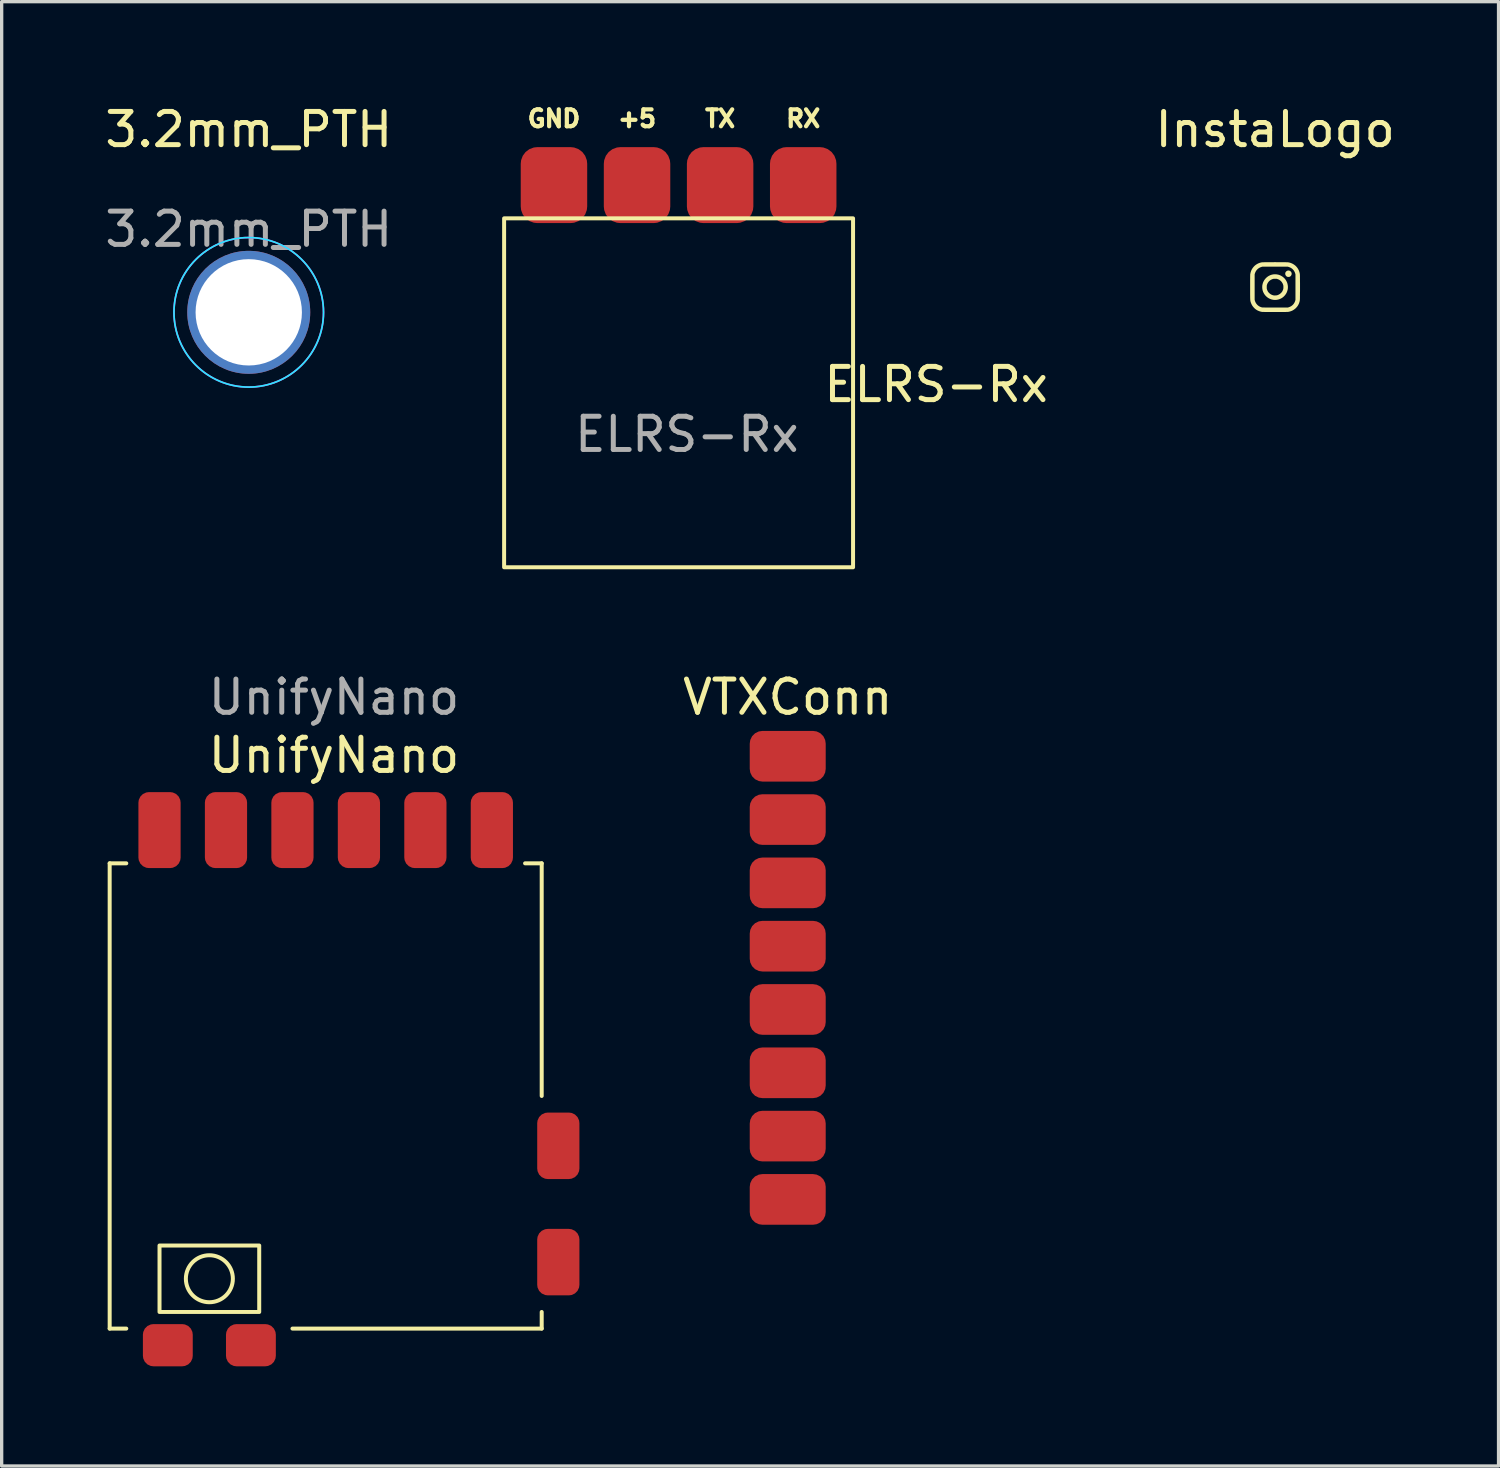
<source format=kicad_pcb>
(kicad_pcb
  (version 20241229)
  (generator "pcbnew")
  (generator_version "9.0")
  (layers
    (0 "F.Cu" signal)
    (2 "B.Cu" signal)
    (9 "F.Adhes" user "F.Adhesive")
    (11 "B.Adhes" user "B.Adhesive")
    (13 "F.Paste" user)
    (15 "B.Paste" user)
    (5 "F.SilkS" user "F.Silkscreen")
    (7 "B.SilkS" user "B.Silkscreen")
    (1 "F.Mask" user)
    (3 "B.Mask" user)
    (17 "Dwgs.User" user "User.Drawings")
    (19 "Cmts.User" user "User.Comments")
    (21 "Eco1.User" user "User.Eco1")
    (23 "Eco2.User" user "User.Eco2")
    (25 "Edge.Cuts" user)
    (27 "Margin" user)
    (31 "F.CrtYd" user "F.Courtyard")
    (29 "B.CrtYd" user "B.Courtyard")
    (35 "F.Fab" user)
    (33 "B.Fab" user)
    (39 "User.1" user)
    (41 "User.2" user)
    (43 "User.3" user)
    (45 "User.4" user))
  (footprint "3.2mm_PTH"
    (layer "F.Cu")
    (at 4.435 6.348)
    (property "Reference" "3.2mm_PTH" (at 0 -5.5 0) (unlocked yes) (layer "F.SilkS") (effects (font (size 1 1) (thickness 0.15))))
    (fp_circle (center 0 0) (end 2.25 0) (stroke (width 0.05) (type solid)) (fill no) (layer "B.CrtYd"))
    (fp_circle (center 0 0) (end 2.25 0) (stroke (width 0.05) (type solid)) (fill no) (layer "F.CrtYd"))
    (fp_text user "${REFERENCE}" (at 0 -2.5 0) (unlocked yes) (layer "F.Fab") (effects (font (size 1 1) (thickness 0.15))))
    (pad "1" thru_hole circle (at 0 0) (size 3.7 3.7) (drill 3.2) (layers "*.Cu" "*.Mask")))
  (footprint "VTXConn"
    (layer "F.Cu")
    (at 20.653 19.706)
    (property "Reference" "VTXConn" (at 0 -1.778 0) (unlocked yes) (layer "F.SilkS") (effects (font (size 1 1) (thickness 0.15))))
    (attr smd)
    (pad "1" smd roundrect (at 0 0) (size 2.286 1.524) (layers "F.Cu" "F.Mask") (roundrect_rratio 0.25))
    (pad "2" smd roundrect (at 0 1.905) (size 2.286 1.524) (layers "F.Cu" "F.Mask") (roundrect_rratio 0.25))
    (pad "3" smd roundrect (at 0 3.81) (size 2.286 1.524) (layers "F.Cu" "F.Mask") (roundrect_rratio 0.25))
    (pad "4" smd roundrect (at 0 5.715) (size 2.286 1.524) (layers "F.Cu" "F.Mask") (roundrect_rratio 0.25))
    (pad "5" smd roundrect (at 0 7.62) (size 2.286 1.524) (layers "F.Cu" "F.Mask") (roundrect_rratio 0.25))
    (pad "6" smd roundrect (at 0 9.525) (size 2.286 1.524) (layers "F.Cu" "F.Mask") (roundrect_rratio 0.25))
    (pad "7" smd roundrect (at 0 11.43) (size 2.286 1.524) (layers "F.Cu" "F.Mask") (roundrect_rratio 0.25))
    (pad "8" smd roundrect (at 0 13.335) (size 2.286 1.524) (layers "F.Cu" "F.Mask") (roundrect_rratio 0.25)))
  (footprint "UnifyNano"
    (layer "F.Cu")
    (at 0.25 22.928)
    (property "Reference" "UnifyNano" (at 6.75 -3.25 0) (unlocked yes) (layer "F.SilkS") (effects (font (size 1 1) (thickness 0.15))))
    (fp_line (start 0 0) (end 0 14) (stroke (width 0.12) (type solid)) (layer "F.SilkS"))
    (fp_line (start 0 0) (end 0.5 0) (stroke (width 0.12) (type solid)) (layer "F.SilkS"))
    (fp_line (start 0 14) (end 0.5 14) (stroke (width 0.12) (type solid)) (layer "F.SilkS"))
    (fp_line (start 5.5 14) (end 13 14) (stroke (width 0.12) (type solid)) (layer "F.SilkS"))
    (fp_line (start 12.5 0) (end 13 0) (stroke (width 0.12) (type solid)) (layer "F.SilkS"))
    (fp_line (start 13 7) (end 13 0) (stroke (width 0.12) (type solid)) (layer "F.SilkS"))
    (fp_line (start 13 14) (end 13 13.5) (stroke (width 0.12) (type solid)) (layer "F.SilkS"))
    (fp_rect (start 1.5 11.5) (end 4.5 13.5) (stroke (width 0.12) (type solid)) (fill no) (layer "F.SilkS"))
    (fp_circle (center 3 12.5) (end 3.5 12) (stroke (width 0.12) (type solid)) (fill no) (layer "F.SilkS"))
    (fp_text user "${REFERENCE}" (at 6.75 -5 0) (unlocked yes) (layer "F.Fab") (effects (font (size 1 1) (thickness 0.15))))
    (pad "1" smd roundrect (at 1.5 -1 90) (size 2.286 1.27) (layers "F.Cu" "F.Mask") (roundrect_rratio 0.25))
    (pad "2" smd roundrect (at 3.5 -1 90) (size 2.286 1.27) (layers "F.Cu" "F.Mask") (roundrect_rratio 0.25))
    (pad "3" smd roundrect (at 5.5 -1 90) (size 2.286 1.27) (layers "F.Cu" "F.Mask") (roundrect_rratio 0.25))
    (pad "4" smd roundrect (at 7.5 -1 90) (size 2.286 1.27) (layers "F.Cu" "F.Mask") (roundrect_rratio 0.25))
    (pad "5" smd roundrect (at 9.5 -1 90) (size 2.286 1.27) (layers "F.Cu" "F.Mask") (roundrect_rratio 0.25))
    (pad "6" smd roundrect (at 11.5 -1 90) (size 2.286 1.27) (layers "F.Cu" "F.Mask") (roundrect_rratio 0.25))
    (pad "7" connect roundrect (at 1.75 14.5) (size 1.5 1.27) (layers "F.Cu" "F.Mask") (roundrect_rratio 0.25))
    (pad "8" connect roundrect (at 4.25 14.5) (size 1.5 1.27) (layers "F.Cu" "F.Mask") (roundrect_rratio 0.25))
    (pad "9" connect roundrect (at 13.5 12) (size 1.27 2) (layers "F.Cu" "F.Mask") (roundrect_rratio 0.25))
    (pad "10" connect roundrect (at 13.5 8.5) (size 1.27 2) (layers "F.Cu" "F.Mask") (roundrect_rratio 0.25)))
  (footprint "InstaLogo"
    (layer "F.Cu")
    (at 35.321 5.598)
    (property "Reference" "InstaLogo" (at 0 -4.75 0) (unlocked yes) (layer "F.SilkS") (effects (font (size 1 1) (thickness 0.15))))
    (attr board_only exclude_from_bom allow_missing_courtyard)
    (fp_poly (pts (xy 0.426 -0.504) (xy 0.445 -0.496) (xy 0.462 -0.484) (xy 0.477 -0.468) (xy 0.488 -0.449) (xy 0.495 -0.427) (xy 0.495 -0.426) (xy 0.496 -0.404) (xy 0.492 -0.383) (xy 0.483 -0.363) (xy 0.47 -0.345) (xy 0.454 -0.33) (xy 0.435 -0.32) (xy 0.43 -0.318) (xy 0.414 -0.315) (xy 0.395 -0.314) (xy 0.376 -0.316) (xy 0.364 -0.32) (xy 0.344 -0.33) (xy 0.328 -0.345) (xy 0.315 -0.363) (xy 0.306 -0.383) (xy 0.302 -0.404) (xy 0.303 -0.426) (xy 0.304 -0.431) (xy 0.308 -0.447) (xy 0.314 -0.459) (xy 0.323 -0.471) (xy 0.328 -0.477) (xy 0.346 -0.492) (xy 0.365 -0.502) (xy 0.385 -0.507) (xy 0.406 -0.508)) (stroke (width 0) (type solid)) (fill yes) (layer "F.SilkS"))
    (fp_poly (pts (xy 0.044 -0.392) (xy 0.09 -0.384) (xy 0.132 -0.371) (xy 0.174 -0.352) (xy 0.214 -0.328) (xy 0.25 -0.3) (xy 0.283 -0.268) (xy 0.312 -0.232) (xy 0.336 -0.193) (xy 0.356 -0.152) (xy 0.37 -0.108) (xy 0.37 -0.107) (xy 0.379 -0.061) (xy 0.383 -0.016) (xy 0.381 0.03) (xy 0.374 0.074) (xy 0.361 0.117) (xy 0.345 0.158) (xy 0.323 0.197) (xy 0.297 0.233) (xy 0.267 0.266) (xy 0.234 0.296) (xy 0.196 0.322) (xy 0.155 0.343) (xy 0.132 0.353) (xy 0.092 0.365) (xy 0.049 0.374) (xy 0.006 0.377) (xy -0.036 0.376) (xy -0.061 0.373) (xy -0.107 0.363) (xy -0.151 0.348) (xy -0.192 0.328) (xy -0.23 0.304) (xy -0.265 0.275) (xy -0.296 0.243) (xy -0.323 0.208) (xy -0.346 0.17) (xy -0.365 0.129) (xy -0.379 0.086) (xy -0.387 0.041) (xy -0.39 -0.006) (xy -0.39 -0.009) (xy -0.254 -0.009) (xy -0.254 0.009) (xy -0.254 0.023) (xy -0.253 0.034) (xy -0.252 0.043) (xy -0.25 0.051) (xy -0.247 0.06) (xy -0.246 0.064) (xy -0.235 0.092) (xy -0.224 0.116) (xy -0.21 0.137) (xy -0.194 0.157) (xy -0.168 0.182) (xy -0.138 0.204) (xy -0.105 0.222) (xy -0.07 0.235) (xy -0.05 0.24) (xy -0.043 0.241) (xy -0.031 0.242) (xy -0.016 0.242) (xy 0.000483 0.242) (xy 0.004 0.242) (xy 0.021 0.241) (xy 0.034 0.24) (xy 0.045 0.239) (xy 0.055 0.237) (xy 0.066 0.234) (xy 0.072 0.232) (xy 0.108 0.217) (xy 0.141 0.197) (xy 0.17 0.173) (xy 0.196 0.145) (xy 0.217 0.114) (xy 0.233 0.078) (xy 0.237 0.067) (xy 0.241 0.057) (xy 0.243 0.048) (xy 0.245 0.04) (xy 0.246 0.03) (xy 0.246 0.019) (xy 0.247 0.004) (xy 0.247 -0.009) (xy 0.247 -0.027) (xy 0.246 -0.041) (xy 0.246 -0.051) (xy 0.244 -0.06) (xy 0.243 -0.068) (xy 0.24 -0.077) (xy 0.237 -0.085) (xy 0.222 -0.122) (xy 0.202 -0.155) (xy 0.178 -0.184) (xy 0.149 -0.21) (xy 0.122 -0.228) (xy 0.109 -0.235) (xy 0.093 -0.242) (xy 0.077 -0.248) (xy 0.072 -0.25) (xy 0.062 -0.253) (xy 0.053 -0.256) (xy 0.045 -0.258) (xy 0.036 -0.259) (xy 0.024 -0.259) (xy 0.009 -0.259) (xy -0.004 -0.259) (xy -0.022 -0.259) (xy -0.036 -0.259) (xy -0.046 -0.258) (xy -0.055 -0.257) (xy -0.063 -0.255) (xy -0.072 -0.252) (xy -0.08 -0.25) (xy -0.115 -0.235) (xy -0.148 -0.216) (xy -0.177 -0.193) (xy -0.194 -0.175) (xy -0.211 -0.153) (xy -0.225 -0.131) (xy -0.237 -0.107) (xy -0.246 -0.082) (xy -0.249 -0.072) (xy -0.251 -0.064) (xy -0.253 -0.056) (xy -0.253 -0.046) (xy -0.254 -0.034) (xy -0.254 -0.018) (xy -0.254 -0.009) (xy -0.39 -0.009) (xy -0.388 -0.055) (xy -0.379 -0.101) (xy -0.366 -0.144) (xy -0.347 -0.186) (xy -0.324 -0.225) (xy -0.296 -0.261) (xy -0.265 -0.293) (xy -0.23 -0.322) (xy -0.191 -0.347) (xy -0.149 -0.367) (xy -0.14 -0.371) (xy -0.095 -0.385) (xy -0.049 -0.393) (xy -0.002 -0.395)) (stroke (width 0) (type solid)) (fill yes) (layer "F.SilkS"))
    (fp_poly (pts (xy 0.038 -0.759) (xy 0.081 -0.759) (xy 0.123 -0.759) (xy 0.163 -0.759) (xy 0.201 -0.759) (xy 0.238 -0.759) (xy 0.271 -0.758) (xy 0.302 -0.758) (xy 0.329 -0.757) (xy 0.351 -0.757) (xy 0.37 -0.756) (xy 0.383 -0.755) (xy 0.391 -0.755) (xy 0.391 -0.755) (xy 0.439 -0.745) (xy 0.485 -0.729) (xy 0.529 -0.709) (xy 0.569 -0.684) (xy 0.606 -0.656) (xy 0.639 -0.623) (xy 0.669 -0.586) (xy 0.694 -0.546) (xy 0.715 -0.503) (xy 0.73 -0.458) (xy 0.741 -0.41) (xy 0.742 -0.404) (xy 0.743 -0.396) (xy 0.743 -0.383) (xy 0.744 -0.365) (xy 0.745 -0.342) (xy 0.745 -0.315) (xy 0.745 -0.285) (xy 0.746 -0.252) (xy 0.746 -0.215) (xy 0.746 -0.177) (xy 0.747 -0.137) (xy 0.747 -0.095) (xy 0.747 -0.053) (xy 0.747 -0.01) (xy 0.747 0.033) (xy 0.747 0.076) (xy 0.747 0.117) (xy 0.746 0.158) (xy 0.746 0.196) (xy 0.746 0.233) (xy 0.745 0.266) (xy 0.745 0.297) (xy 0.745 0.323) (xy 0.744 0.346) (xy 0.743 0.364) (xy 0.743 0.378) (xy 0.742 0.386) (xy 0.742 0.386) (xy 0.732 0.434) (xy 0.717 0.48) (xy 0.697 0.523) (xy 0.672 0.564) (xy 0.643 0.6) (xy 0.61 0.634) (xy 0.573 0.663) (xy 0.534 0.689) (xy 0.491 0.709) (xy 0.445 0.725) (xy 0.397 0.736) (xy 0.391 0.737) (xy 0.384 0.737) (xy 0.371 0.738) (xy 0.353 0.739) (xy 0.331 0.739) (xy 0.305 0.74) (xy 0.275 0.74) (xy 0.242 0.74) (xy 0.206 0.741) (xy 0.168 0.741) (xy 0.128 0.741) (xy 0.087 0.741) (xy 0.045 0.741) (xy 0.002 0.741) (xy -0.041 0.741) (xy -0.083 0.741) (xy -0.125 0.741) (xy -0.165 0.741) (xy -0.204 0.741) (xy -0.241 0.74) (xy -0.275 0.74) (xy -0.305 0.74) (xy -0.333 0.739) (xy -0.356 0.739) (xy -0.375 0.738) (xy -0.39 0.738) (xy -0.399 0.737) (xy -0.401 0.737) (xy -0.449 0.726) (xy -0.495 0.71) (xy -0.539 0.69) (xy -0.579 0.665) (xy -0.616 0.635) (xy -0.649 0.601) (xy -0.679 0.564) (xy -0.704 0.523) (xy -0.724 0.479) (xy -0.738 0.441) (xy -0.74 0.433) (xy -0.742 0.425) (xy -0.744 0.418) (xy -0.745 0.411) (xy -0.747 0.403) (xy -0.748 0.395) (xy -0.749 0.385) (xy -0.75 0.376) (xy -0.618 0.376) (xy -0.611 0.399) (xy -0.597 0.439) (xy -0.578 0.475) (xy -0.554 0.507) (xy -0.527 0.536) (xy -0.495 0.56) (xy -0.472 0.574) (xy -0.451 0.584) (xy -0.428 0.593) (xy -0.405 0.6) (xy -0.39 0.603) (xy -0.385 0.603) (xy -0.375 0.604) (xy -0.359 0.604) (xy -0.339 0.604) (xy -0.314 0.605) (xy -0.284 0.605) (xy -0.251 0.605) (xy -0.215 0.605) (xy -0.175 0.605) (xy -0.133 0.605) (xy -0.088 0.605) (xy -0.041 0.605) (xy 0.005 0.605) (xy 0.385 0.605) (xy 0.406 0.598) (xy 0.446 0.583) (xy 0.482 0.564) (xy 0.514 0.54) (xy 0.543 0.512) (xy 0.567 0.48) (xy 0.587 0.444) (xy 0.602 0.406) (xy 0.603 0.399) (xy 0.61 0.376) (xy 0.61 -0.394) (xy 0.603 -0.417) (xy 0.589 -0.457) (xy 0.57 -0.493) (xy 0.547 -0.525) (xy 0.519 -0.554) (xy 0.487 -0.578) (xy 0.452 -0.598) (xy 0.413 -0.613) (xy 0.405 -0.616) (xy 0.382 -0.623) (xy -0.389 -0.623) (xy -0.412 -0.616) (xy -0.451 -0.602) (xy -0.487 -0.583) (xy -0.52 -0.559) (xy -0.548 -0.532) (xy -0.573 -0.5) (xy -0.593 -0.465) (xy -0.608 -0.427) (xy -0.611 -0.418) (xy -0.618 -0.394) (xy -0.618 0.376) (xy -0.75 0.376) (xy -0.75 0.374) (xy -0.751 0.361) (xy -0.752 0.346) (xy -0.752 0.328) (xy -0.753 0.308) (xy -0.753 0.285) (xy -0.753 0.258) (xy -0.754 0.227) (xy -0.754 0.193) (xy -0.754 0.154) (xy -0.754 0.11) (xy -0.754 0.061) (xy -0.754 0.006) (xy -0.754 -0.009) (xy -0.754 -0.064) (xy -0.754 -0.114) (xy -0.754 -0.159) (xy -0.754 -0.199) (xy -0.754 -0.234) (xy -0.753 -0.265) (xy -0.753 -0.292) (xy -0.753 -0.315) (xy -0.753 -0.335) (xy -0.752 -0.351) (xy -0.752 -0.365) (xy -0.752 -0.377) (xy -0.751 -0.386) (xy -0.751 -0.394) (xy -0.75 -0.4) (xy -0.749 -0.404) (xy -0.739 -0.452) (xy -0.724 -0.498) (xy -0.704 -0.541) (xy -0.679 -0.581) (xy -0.65 -0.618) (xy -0.617 -0.652) (xy -0.581 -0.681) (xy -0.541 -0.706) (xy -0.498 -0.727) (xy -0.453 -0.743) (xy -0.405 -0.754) (xy -0.399 -0.755) (xy -0.391 -0.755) (xy -0.378 -0.756) (xy -0.36 -0.757) (xy -0.337 -0.757) (xy -0.31 -0.758) (xy -0.28 -0.758) (xy -0.246 -0.758) (xy -0.21 -0.759) (xy -0.172 -0.759) (xy -0.132 -0.759) (xy -0.09 -0.759) (xy -0.047 -0.759) (xy -0.005 -0.76)) (stroke (width 0) (type solid)) (fill yes) (layer "F.SilkS")))
  (footprint "ELRS-Rx"
    (layer "F.Cu")
    (at 12.119 3.52)
    (property "Reference" "ELRS-Rx" (at 13 5 0) (unlocked yes) (layer "F.SilkS") (effects (font (size 1 1) (thickness 0.15))))
    (attr smd)
    (fp_rect (start 0 0) (end 10.5 10.5) (stroke (width 0.12) (type solid)) (fill no) (layer "F.SilkS"))
    (fp_text user "RX" (at 9 -3 0) (unlocked yes) (layer "F.SilkS") (effects (font (size 0.508 0.508) (thickness 0.127))))
    (fp_text user "+5" (at 4 -3 0) (unlocked yes) (layer "F.SilkS") (effects (font (size 0.508 0.508) (thickness 0.127))))
    (fp_text user "TX" (at 6.5 -3 0) (unlocked yes) (layer "F.SilkS") (effects (font (size 0.508 0.508) (thickness 0.127))))
    (fp_text user "GND" (at 1.5 -3 0) (unlocked yes) (layer "F.SilkS") (effects (font (size 0.508 0.508) (thickness 0.127))))
    (fp_text user "${REFERENCE}" (at 5.5 6.5 0) (unlocked yes) (layer "F.Fab") (effects (font (size 1 1) (thickness 0.15))))
    (pad "1" connect roundrect (at 1.5 -1 90) (size 2.286 2) (layers "F.Cu" "F.Mask") (roundrect_rratio 0.25))
    (pad "2" connect roundrect (at 4 -1 90) (size 2.286 2) (layers "F.Cu" "F.Mask") (roundrect_rratio 0.25))
    (pad "3" connect roundrect (at 6.5 -1 90) (size 2.286 2) (layers "F.Cu" "F.Mask") (roundrect_rratio 0.25))
    (pad "4" connect roundrect (at 9 -1 90) (size 2.286 2) (layers "F.Cu" "F.Mask") (roundrect_rratio 0.25)))
  (gr_rect
    (start -3 -3)
    (end 42.042 41.063)
    (stroke (width 0.1) (type default))
    (fill no)
    (layer "Edge.Cuts")))
</source>
